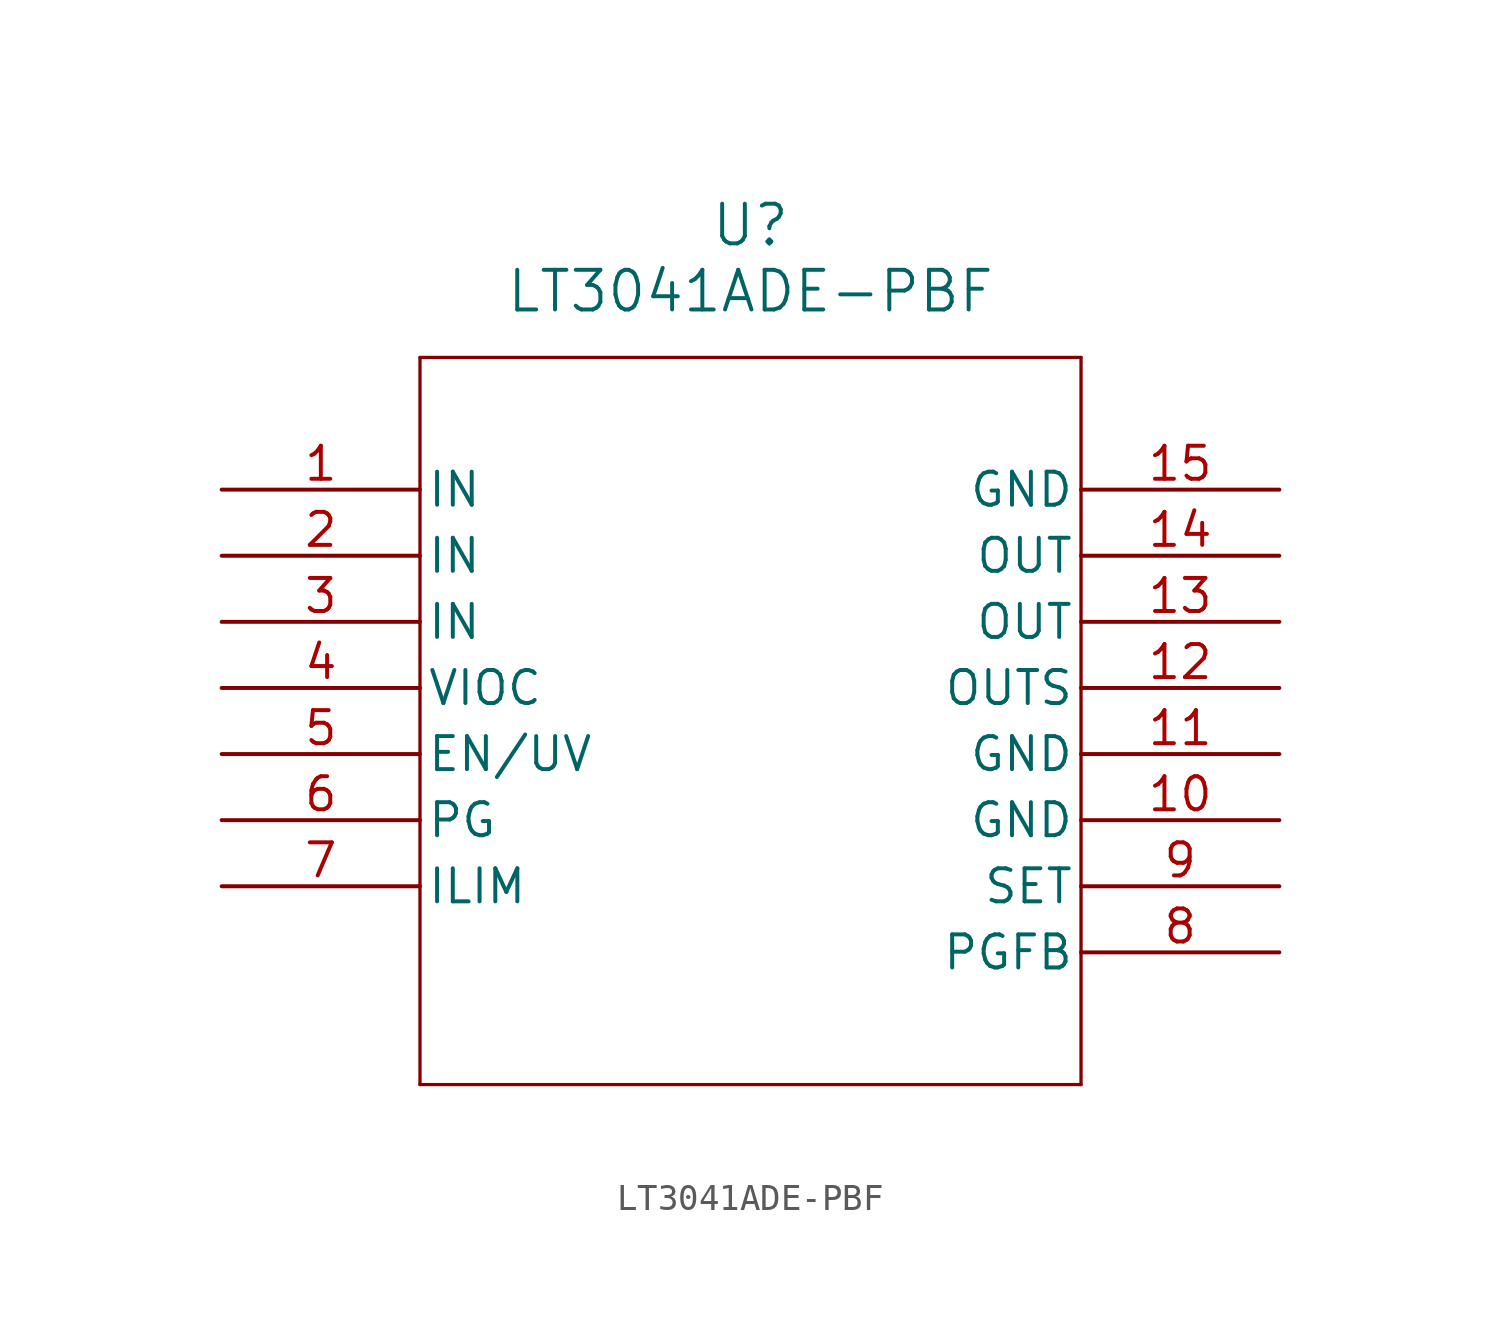
<source format=kicad_sym>
(kicad_symbol_lib
  (version 20211014)
  (generator kicad_symbol_editor)
  (symbol "LT3041ADE-PBF"
    (pin_names
      (offset 0.254))
    (property "Reference" "U"
      (at 20.32 10.16 0)
      (effects (font (size 1.524 1.524))))
    (property "Value" "LT3041ADE-PBF"
      (at 20.32 7.62 0)
      (effects (font (size 1.524 1.524))))
    (symbol "LT3041ADE-PBF_0_1"
      (polyline (pts (xy 7.62 5.08) (xy 7.62 -22.86)) (stroke (width 0.127) (type default) (color 0 0 0 0)) (fill (type none)))
      (polyline (pts (xy 7.62 -22.86) (xy 33.02 -22.86)) (stroke (width 0.127) (type default) (color 0 0 0 0)) (fill (type none)))
      (polyline (pts (xy 33.02 -22.86) (xy 33.02 5.08)) (stroke (width 0.127) (type default) (color 0 0 0 0)) (fill (type none)))
      (polyline (pts (xy 33.02 5.08) (xy 7.62 5.08)) (stroke (width 0.127) (type default) (color 0 0 0 0)) (fill (type none)))
      (pin input line (at 0 0 0) (length 7.62) (name "IN" (effects (font (size 1.27 1.27)))) (number "1" (effects (font (size 1.27 1.27)))))
      (pin input line (at 0 -2.54 0) (length 7.62) (name "IN" (effects (font (size 1.27 1.27)))) (number "2" (effects (font (size 1.27 1.27)))))
      (pin input line (at 0 -5.08 0) (length 7.62) (name "IN" (effects (font (size 1.27 1.27)))) (number "3" (effects (font (size 1.27 1.27)))))
      (pin power_in line (at 0 -7.62 0) (length 7.62) (name "VIOC" (effects (font (size 1.27 1.27)))) (number "4" (effects (font (size 1.27 1.27)))))
      (pin unspecified line (at 0 -10.16 0) (length 7.62) (name "EN/UV" (effects (font (size 1.27 1.27)))) (number "5" (effects (font (size 1.27 1.27)))))
      (pin unspecified line (at 0 -12.7 0) (length 7.62) (name "PG" (effects (font (size 1.27 1.27)))) (number "6" (effects (font (size 1.27 1.27)))))
      (pin unspecified line (at 0 -15.24 0) (length 7.62) (name "ILIM" (effects (font (size 1.27 1.27)))) (number "7" (effects (font (size 1.27 1.27)))))
      (pin unspecified line (at 40.64 -17.78 180) (length 7.62) (name "PGFB" (effects (font (size 1.27 1.27)))) (number "8" (effects (font (size 1.27 1.27)))))
      (pin input line (at 40.64 -15.24 180) (length 7.62) (name "SET" (effects (font (size 1.27 1.27)))) (number "9" (effects (font (size 1.27 1.27)))))
      (pin power_out line (at 40.64 -12.7 180) (length 7.62) (name "GND" (effects (font (size 1.27 1.27)))) (number "10" (effects (font (size 1.27 1.27)))))
      (pin power_out line (at 40.64 -10.16 180) (length 7.62) (name "GND" (effects (font (size 1.27 1.27)))) (number "11" (effects (font (size 1.27 1.27)))))
      (pin output line (at 40.64 -7.62 180) (length 7.62) (name "OUTS" (effects (font (size 1.27 1.27)))) (number "12" (effects (font (size 1.27 1.27)))))
      (pin output line (at 40.64 -5.08 180) (length 7.62) (name "OUT" (effects (font (size 1.27 1.27)))) (number "13" (effects (font (size 1.27 1.27)))))
      (pin output line (at 40.64 -2.54 180) (length 7.62) (name "OUT" (effects (font (size 1.27 1.27)))) (number "14" (effects (font (size 1.27 1.27)))))
      (pin power_out line (at 40.64 0 180) (length 7.62) (name "GND" (effects (font (size 1.27 1.27)))) (number "15" (effects (font (size 1.27 1.27))))))))
</source>
